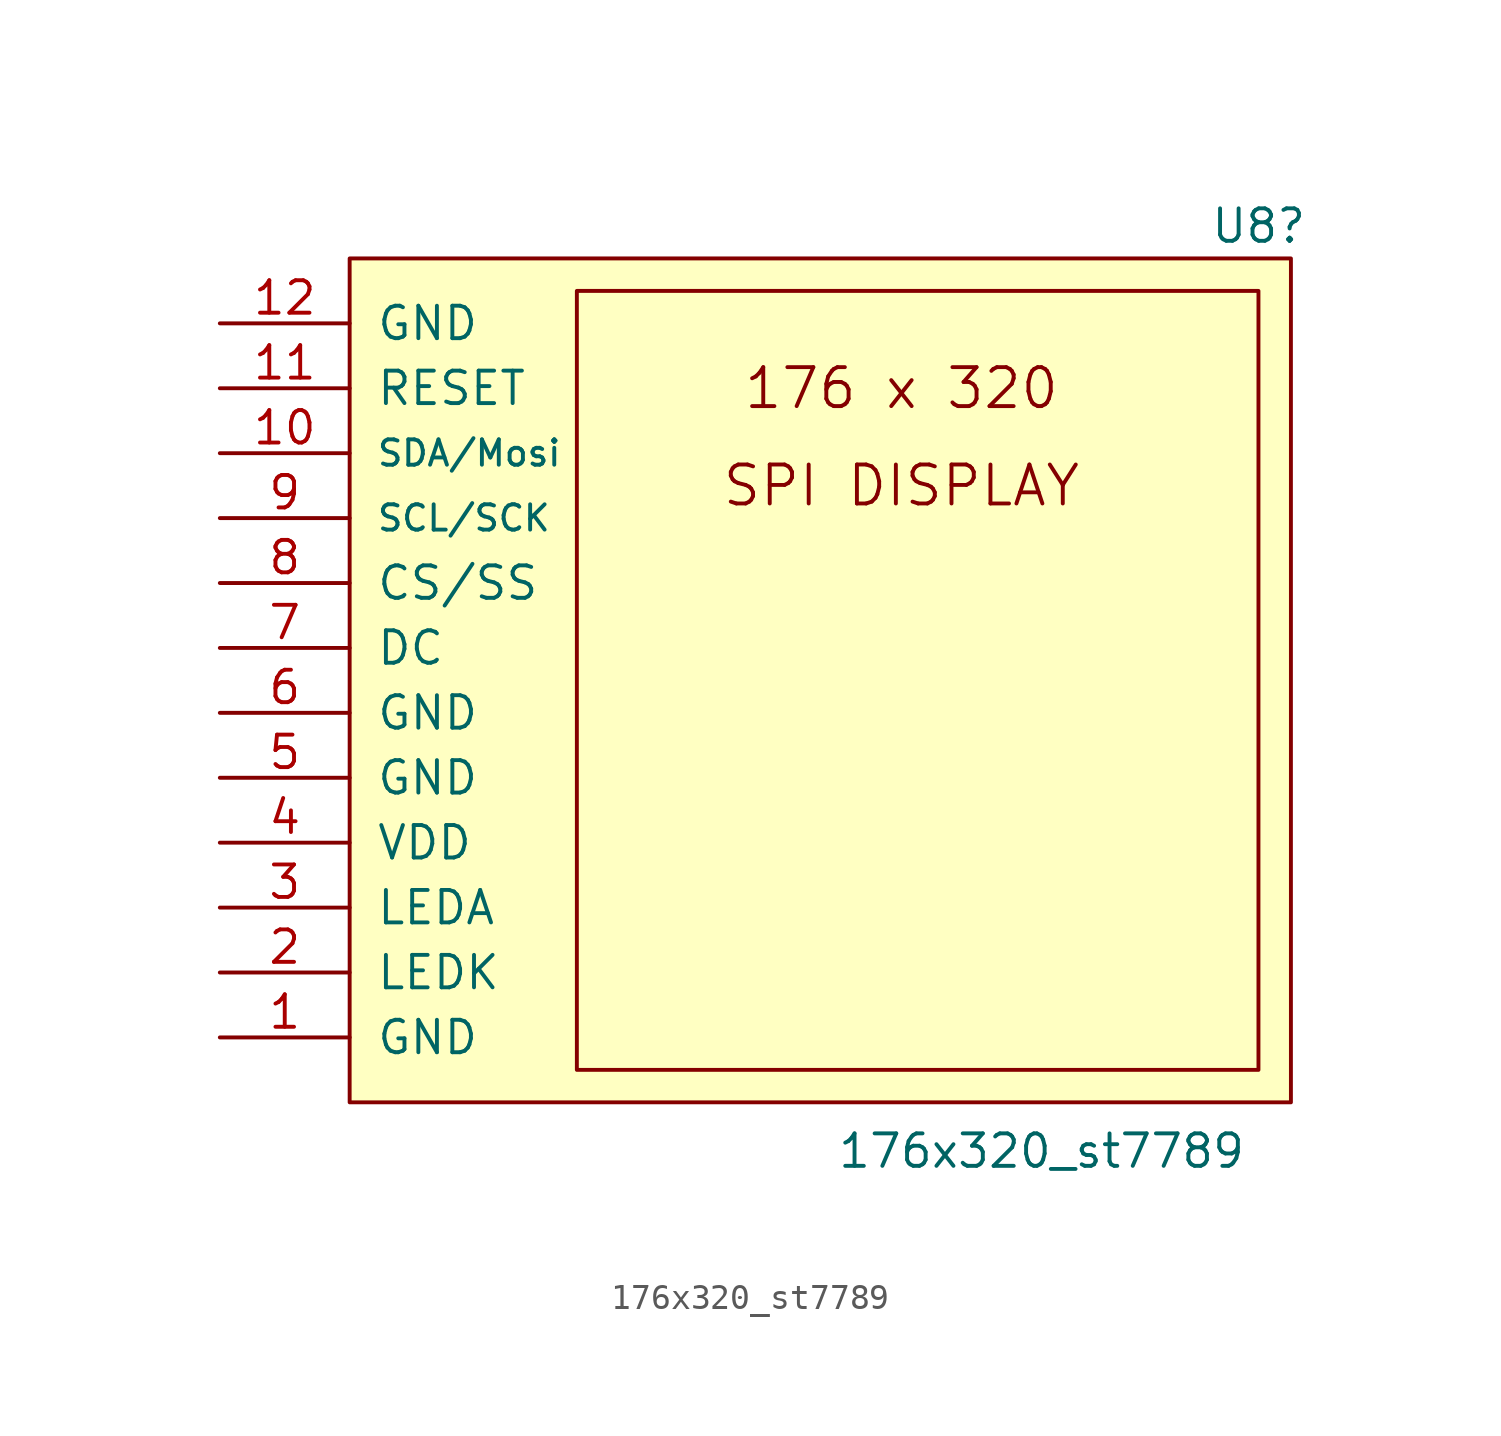
<source format=kicad_sym>
(kicad_symbol_lib
  (version 20220914)
  (generator kicad_symbol_editor)
  (symbol "176x320_st7789"
    (pin_names
      (offset 1.016))
    (property "Reference" "U8"
      (at 33.655 34.29 0)
      (effects (font (size 1.27 1.27)) (justify left)))
    (property "Value" "176x320_st7789"
      (at 19.05 -1.905 0)
      (effects (font (size 1.27 1.27)) (justify left)))
    (symbol "176x320_st7789_0_0"
      (text "176 x 320" (at 21.59 27.94 0) (effects (font (size 1.524 1.524))))
      (text "SPI DISPLAY" (at 21.59 24.13 0) (effects (font (size 1.524 1.524)))))
    (symbol "176x320_st7789_0_1"
      (rectangle (start 8.89 31.75) (end 35.56 1.27) (stroke (width 0) (type default)) (fill (type none))))
    (symbol "176x320_st7789_1_1"
      (rectangle (start 0 33.02) (end 36.83 0) (stroke (width 0) (type default)) (fill (type background)))
      (pin power_in line (at -5.08 2.54 0) (length 5.08) (name "GND" (effects (font (size 1.27 1.27)))) (number "1" (effects (font (size 1.27 1.27)))))
      (pin bidirectional line (at -5.08 25.4 0) (length 5.08) (name "SDA/Mosi" (effects (font (size 0.991 0.991)))) (number "10" (effects (font (size 1.27 1.27)))))
      (pin bidirectional line (at -5.08 27.94 0) (length 5.08) (name "RESET" (effects (font (size 1.27 1.27)))) (number "11" (effects (font (size 1.27 1.27)))))
      (pin power_in line (at -5.08 30.48 0) (length 5.08) (name "GND" (effects (font (size 1.27 1.27)))) (number "12" (effects (font (size 1.27 1.27)))))
      (pin power_in line (at -5.08 5.08 0) (length 5.08) (name "LEDK" (effects (font (size 1.27 1.27)))) (number "2" (effects (font (size 1.27 1.27)))))
      (pin power_in line (at -5.08 7.62 0) (length 5.08) (name "LEDA" (effects (font (size 1.27 1.27)))) (number "3" (effects (font (size 1.27 1.27)))))
      (pin power_in line (at -5.08 10.16 0) (length 5.08) (name "VDD" (effects (font (size 1.27 1.27)))) (number "4" (effects (font (size 1.27 1.27)))))
      (pin power_in line (at -5.08 12.7 0) (length 5.08) (name "GND" (effects (font (size 1.27 1.27)))) (number "5" (effects (font (size 1.27 1.27)))))
      (pin power_in line (at -5.08 15.24 0) (length 5.08) (name "GND" (effects (font (size 1.27 1.27)))) (number "6" (effects (font (size 1.27 1.27)))))
      (pin bidirectional line (at -5.08 17.78 0) (length 5.08) (name "DC" (effects (font (size 1.27 1.27)))) (number "7" (effects (font (size 1.27 1.27)))))
      (pin bidirectional line (at -5.08 20.32 0) (length 5.08) (name "CS/SS" (effects (font (size 1.27 1.27)))) (number "8" (effects (font (size 1.27 1.27)))))
      (pin bidirectional line (at -5.08 22.86 0) (length 5.08) (name "SCL/SCK" (effects (font (size 0.991 0.991)))) (number "9" (effects (font (size 1.27 1.27))))))))
</source>
